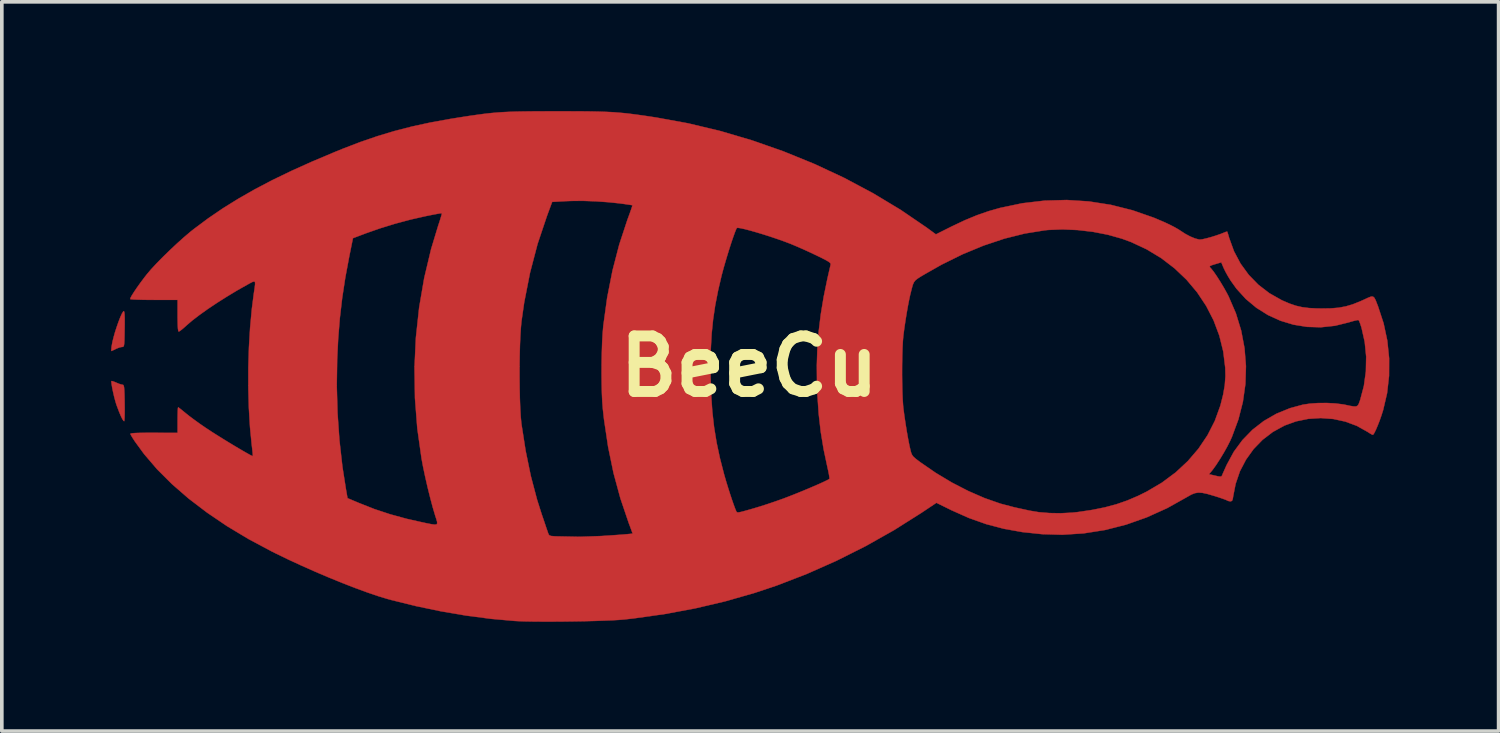
<source format=kicad_pcb>
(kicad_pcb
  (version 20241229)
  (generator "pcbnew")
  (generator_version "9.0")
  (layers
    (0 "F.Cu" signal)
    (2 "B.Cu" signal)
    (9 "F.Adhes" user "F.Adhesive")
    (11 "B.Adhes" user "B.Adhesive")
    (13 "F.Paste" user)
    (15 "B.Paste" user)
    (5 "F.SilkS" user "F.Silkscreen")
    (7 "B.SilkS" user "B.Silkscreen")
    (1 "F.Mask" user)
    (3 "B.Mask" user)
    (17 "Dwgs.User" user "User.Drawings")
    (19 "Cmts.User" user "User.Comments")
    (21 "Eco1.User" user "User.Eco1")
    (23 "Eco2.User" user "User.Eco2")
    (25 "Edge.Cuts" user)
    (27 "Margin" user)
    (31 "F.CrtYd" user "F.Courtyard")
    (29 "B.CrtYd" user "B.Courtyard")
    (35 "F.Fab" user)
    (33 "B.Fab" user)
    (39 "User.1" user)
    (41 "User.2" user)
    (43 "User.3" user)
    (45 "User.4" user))
  (footprint "BeeCu"
    (layer "F.Cu")
    (at 17.514 7.006)
    (property "Reference" "BeeCu" (at 0 0 0) (layer "F.SilkS") (effects (font (size 1.524 1.524) (thickness 0.3))))
    (attr through_hole)
    (fp_poly (pts (xy -17.475 0.407) (xy -17.412 0.43) (xy -17.37 0.448) (xy -17.287 0.482) (xy -17.219 0.502) (xy -17.199 0.505) (xy -17.181 0.51) (xy -17.169 0.53) (xy -17.159 0.572) (xy -17.153 0.644) (xy -17.148 0.753) (xy -17.144 0.907) (xy -17.143 0.999) (xy -17.141 1.16) (xy -17.142 1.3) (xy -17.145 1.411) (xy -17.15 1.483) (xy -17.156 1.506) (xy -17.178 1.49) (xy -17.212 1.434) (xy -17.247 1.363) (xy -17.297 1.243) (xy -17.348 1.108) (xy -17.374 1.036) (xy -17.402 0.941) (xy -17.432 0.827) (xy -17.46 0.705) (xy -17.484 0.589) (xy -17.5 0.491) (xy -17.508 0.425) (xy -17.505 0.403) (xy -17.475 0.407)) (stroke (width 0.01) (type solid)) (fill yes) (layer "F.Cu"))
    (fp_poly (pts (xy -17.153 -1.495) (xy -17.145 -1.43) (xy -17.141 -1.318) (xy -17.141 -1.155) (xy -17.143 -1.024) (xy -17.146 -0.848) (xy -17.149 -0.72) (xy -17.154 -0.632) (xy -17.161 -0.577) (xy -17.172 -0.548) (xy -17.188 -0.536) (xy -17.209 -0.533) (xy -17.214 -0.533) (xy -17.278 -0.521) (xy -17.362 -0.489) (xy -17.387 -0.477) (xy -17.456 -0.443) (xy -17.5 -0.423) (xy -17.507 -0.421) (xy -17.509 -0.446) (xy -17.505 -0.509) (xy -17.499 -0.554) (xy -17.479 -0.666) (xy -17.446 -0.799) (xy -17.405 -0.945) (xy -17.357 -1.092) (xy -17.308 -1.232) (xy -17.26 -1.354) (xy -17.217 -1.448) (xy -17.182 -1.504) (xy -17.166 -1.516) (xy -17.153 -1.495)) (stroke (width 0.01) (type solid)) (fill yes) (layer "F.Cu"))
    (fp_poly (pts (xy -4.912 -7.001) (xy -4.61 -7) (xy -4.348 -6.997) (xy -4.12 -6.992) (xy -3.916 -6.985) (xy -3.73 -6.976) (xy -3.554 -6.962) (xy -3.379 -6.946) (xy -3.199 -6.924) (xy -3.005 -6.898) (xy -2.789 -6.867) (xy -2.554 -6.831) (xy -1.676 -6.671) (xy -0.797 -6.461) (xy 0.076 -6.204) (xy 0.939 -5.902) (xy 1.784 -5.558) (xy 2.607 -5.174) (xy 3.4 -4.752) (xy 4.159 -4.295) (xy 4.876 -3.806) (xy 4.941 -3.758) (xy 5.126 -3.623) (xy 5.559 -3.84) (xy 5.916 -4.009) (xy 6.249 -4.147) (xy 6.574 -4.26) (xy 6.887 -4.349) (xy 7.497 -4.477) (xy 8.109 -4.549) (xy 8.719 -4.566) (xy 9.327 -4.527) (xy 9.929 -4.433) (xy 10.525 -4.283) (xy 11.111 -4.079) (xy 11.404 -3.954) (xy 11.54 -3.89) (xy 11.671 -3.823) (xy 11.78 -3.761) (xy 11.841 -3.721) (xy 11.971 -3.637) (xy 12.108 -3.564) (xy 12.237 -3.511) (xy 12.343 -3.483) (xy 12.374 -3.48) (xy 12.446 -3.489) (xy 12.554 -3.514) (xy 12.683 -3.549) (xy 12.817 -3.591) (xy 12.941 -3.634) (xy 13.019 -3.665) (xy 13.082 -3.69) (xy 13.119 -3.7) (xy 13.121 -3.699) (xy 13.132 -3.67) (xy 13.153 -3.602) (xy 13.176 -3.522) (xy 13.309 -3.156) (xy 13.489 -2.818) (xy 13.713 -2.511) (xy 13.978 -2.239) (xy 14.28 -2.007) (xy 14.616 -1.817) (xy 14.64 -1.806) (xy 14.831 -1.724) (xy 15.006 -1.664) (xy 15.182 -1.624) (xy 15.373 -1.6) (xy 15.596 -1.589) (xy 15.717 -1.588) (xy 15.969 -1.592) (xy 16.183 -1.61) (xy 16.376 -1.646) (xy 16.566 -1.702) (xy 16.769 -1.783) (xy 16.876 -1.831) (xy 16.99 -1.884) (xy 17.068 -1.914) (xy 17.121 -1.916) (xy 17.16 -1.884) (xy 17.197 -1.813) (xy 17.242 -1.697) (xy 17.26 -1.651) (xy 17.414 -1.183) (xy 17.516 -0.705) (xy 17.566 -0.221) (xy 17.564 0.261) (xy 17.51 0.736) (xy 17.402 1.199) (xy 17.399 1.208) (xy 17.353 1.353) (xy 17.302 1.498) (xy 17.249 1.632) (xy 17.2 1.747) (xy 17.158 1.831) (xy 17.127 1.876) (xy 17.118 1.88) (xy 17.084 1.866) (xy 17.02 1.828) (xy 16.969 1.795) (xy 16.679 1.633) (xy 16.364 1.516) (xy 16.032 1.444) (xy 15.689 1.419) (xy 15.346 1.441) (xy 15.01 1.51) (xy 14.693 1.625) (xy 14.376 1.799) (xy 14.092 2.016) (xy 13.845 2.271) (xy 13.637 2.561) (xy 13.471 2.879) (xy 13.353 3.223) (xy 13.287 3.557) (xy 13.273 3.644) (xy 13.254 3.689) (xy 13.223 3.704) (xy 13.207 3.705) (xy 13.146 3.694) (xy 13.12 3.681) (xy 13.084 3.664) (xy 13.005 3.635) (xy 12.895 3.597) (xy 12.765 3.556) (xy 12.75 3.552) (xy 12.576 3.501) (xy 12.441 3.472) (xy 12.332 3.465) (xy 12.237 3.48) (xy 12.141 3.517) (xy 12.032 3.578) (xy 12.021 3.585) (xy 11.474 3.891) (xy 10.914 4.144) (xy 10.344 4.345) (xy 9.766 4.492) (xy 9.183 4.584) (xy 8.597 4.622) (xy 8.04 4.606) (xy 7.498 4.549) (xy 6.991 4.458) (xy 6.505 4.33) (xy 6.029 4.161) (xy 5.551 3.948) (xy 5.511 3.928) (xy 5.14 3.745) (xy 4.724 4.023) (xy 3.978 4.494) (xy 3.199 4.933) (xy 2.396 5.336) (xy 1.58 5.698) (xy 0.761 6.014) (xy 0.151 6.218) (xy -0.66 6.45) (xy -1.477 6.642) (xy -2.313 6.798) (xy -3.181 6.92) (xy -3.424 6.947) (xy -3.565 6.959) (xy -3.753 6.97) (xy -3.98 6.979) (xy -4.238 6.988) (xy -4.517 6.995) (xy -4.809 7) (xy -5.105 7.004) (xy -5.397 7.006) (xy -5.676 7.006) (xy -5.933 7.004) (xy -6.16 7) (xy -6.348 6.993) (xy -6.441 6.988) (xy -7.09 6.93) (xy -7.769 6.841) (xy -8.461 6.723) (xy -9.151 6.579) (xy -9.823 6.413) (xy -9.935 6.382) (xy -10.19 6.305) (xy -10.486 6.204) (xy -10.814 6.084) (xy -11.166 5.947) (xy -11.534 5.797) (xy -11.91 5.637) (xy -12.286 5.47) (xy -12.652 5.301) (xy -13 5.132) (xy -13.107 5.079) (xy -13.74 4.741) (xy -14.333 4.385) (xy -14.882 4.013) (xy -15.387 3.628) (xy -15.844 3.231) (xy -16.253 2.823) (xy -16.609 2.407) (xy -16.863 2.059) (xy -16.92 1.971) (xy -16.964 1.898) (xy -16.985 1.856) (xy -16.986 1.854) (xy -16.972 1.843) (xy -16.922 1.835) (xy -16.83 1.829) (xy -16.694 1.825) (xy -16.509 1.824) (xy -16.342 1.824) (xy -15.689 1.826) (xy -15.689 1.474) (xy -15.688 1.341) (xy -15.685 1.231) (xy -15.681 1.155) (xy -15.675 1.123) (xy -15.675 1.123) (xy -15.649 1.14) (xy -15.59 1.185) (xy -15.509 1.251) (xy -15.457 1.294) (xy -15.361 1.37) (xy -15.231 1.467) (xy -15.083 1.574) (xy -14.929 1.68) (xy -14.861 1.725) (xy -14.733 1.809) (xy -14.587 1.901) (xy -14.43 1.999) (xy -14.269 2.098) (xy -14.111 2.193) (xy -13.964 2.28) (xy -13.835 2.355) (xy -13.731 2.414) (xy -13.659 2.452) (xy -13.626 2.465) (xy -13.625 2.464) (xy -13.625 2.435) (xy -13.631 2.361) (xy -13.642 2.255) (xy -13.655 2.147) (xy -13.702 1.667) (xy -13.733 1.147) (xy -13.748 0.6) (xy -13.748 0.531) (xy -11.32 0.531) (xy -11.299 1.28) (xy -11.247 2.026) (xy -11.165 2.754) (xy -11.068 3.373) (xy -11.025 3.618) (xy -10.714 3.749) (xy -10.283 3.919) (xy -9.853 4.061) (xy -9.404 4.184) (xy -9.037 4.267) (xy -8.857 4.306) (xy -8.725 4.332) (xy -8.637 4.344) (xy -8.585 4.339) (xy -8.564 4.314) (xy -8.566 4.266) (xy -8.587 4.193) (xy -8.62 4.093) (xy -8.62 4.091) (xy -8.687 3.865) (xy -8.757 3.601) (xy -8.828 3.316) (xy -8.894 3.026) (xy -8.952 2.75) (xy -8.994 2.526) (xy -9.11 1.703) (xy -9.174 0.872) (xy -9.182 0.308) (xy -6.303 0.308) (xy -6.3 0.606) (xy -6.294 0.889) (xy -6.284 1.148) (xy -6.271 1.373) (xy -6.254 1.554) (xy -6.25 1.586) (xy -6.135 2.322) (xy -5.993 3.012) (xy -5.822 3.659) (xy -5.696 4.056) (xy -5.644 4.207) (xy -5.597 4.347) (xy -5.558 4.463) (xy -5.53 4.543) (xy -5.522 4.567) (xy -5.504 4.614) (xy -5.48 4.641) (xy -5.435 4.656) (xy -5.355 4.663) (xy -5.293 4.666) (xy -4.651 4.679) (xy -4.07 4.658) (xy -3.85 4.644) (xy -3.652 4.63) (xy -3.482 4.618) (xy -3.346 4.606) (xy -3.252 4.597) (xy -3.204 4.59) (xy -3.2 4.589) (xy -3.209 4.562) (xy -3.234 4.493) (xy -3.271 4.393) (xy -3.309 4.291) (xy -3.535 3.623) (xy -3.723 2.931) (xy -3.872 2.21) (xy -3.985 1.453) (xy -4.017 1.165) (xy -4.032 0.973) (xy -4.043 0.738) (xy -4.049 0.471) (xy -4.052 0.184) (xy -4.05 -0.037) (xy -1.061 -0.037) (xy -1.059 0.281) (xy -1.043 0.779) (xy -1.012 1.237) (xy -0.963 1.67) (xy -0.894 2.093) (xy -0.803 2.52) (xy -0.688 2.966) (xy -0.672 3.022) (xy -0.628 3.174) (xy -0.577 3.339) (xy -0.524 3.505) (xy -0.472 3.662) (xy -0.424 3.8) (xy -0.384 3.908) (xy -0.355 3.977) (xy -0.348 3.99) (xy -0.336 4.003) (xy -0.316 4.009) (xy -0.279 4.007) (xy -0.217 3.994) (xy -0.123 3.969) (xy 0.013 3.931) (xy 0.124 3.899) (xy 0.303 3.845) (xy 0.511 3.778) (xy 0.723 3.706) (xy 0.915 3.638) (xy 0.94 3.629) (xy 1.095 3.57) (xy 1.265 3.503) (xy 1.442 3.431) (xy 1.618 3.358) (xy 1.784 3.287) (xy 1.933 3.222) (xy 2.057 3.165) (xy 2.148 3.121) (xy 2.197 3.093) (xy 2.203 3.087) (xy 2.203 3.052) (xy 2.191 2.975) (xy 2.17 2.868) (xy 2.149 2.774) (xy 2.044 2.279) (xy 1.964 1.794) (xy 1.908 1.303) (xy 1.873 0.788) (xy 1.861 0.463) (xy 1.859 0.221) (xy 4.197 0.221) (xy 4.2 0.471) (xy 4.205 0.706) (xy 4.214 0.915) (xy 4.226 1.085) (xy 4.233 1.151) (xy 4.26 1.359) (xy 4.293 1.579) (xy 4.328 1.797) (xy 4.364 1.999) (xy 4.398 2.172) (xy 4.425 2.29) (xy 4.446 2.37) (xy 4.47 2.428) (xy 4.506 2.478) (xy 4.565 2.531) (xy 4.656 2.601) (xy 4.696 2.631) (xy 5.123 2.925) (xy 5.565 3.19) (xy 6.015 3.422) (xy 6.463 3.617) (xy 6.901 3.77) (xy 7.283 3.87) (xy 7.419 3.9) (xy 7.549 3.928) (xy 7.654 3.951) (xy 7.693 3.96) (xy 7.952 4.003) (xy 8.245 4.027) (xy 8.554 4.032) (xy 8.861 4.016) (xy 9.023 3.999) (xy 9.413 3.941) (xy 9.761 3.871) (xy 10.079 3.786) (xy 10.381 3.681) (xy 10.68 3.553) (xy 10.914 3.437) (xy 11.328 3.193) (xy 11.64 2.961) (xy 12.621 2.961) (xy 12.759 2.993) (xy 12.864 3.017) (xy 12.928 3.026) (xy 12.962 3.019) (xy 12.98 2.996) (xy 12.985 2.982) (xy 13.004 2.935) (xy 13.041 2.853) (xy 13.088 2.748) (xy 13.109 2.702) (xy 13.303 2.344) (xy 13.539 2.024) (xy 13.814 1.741) (xy 14.125 1.5) (xy 14.47 1.301) (xy 14.845 1.148) (xy 15.198 1.052) (xy 15.392 1.023) (xy 15.62 1.007) (xy 15.861 1.006) (xy 16.094 1.018) (xy 16.3 1.044) (xy 16.349 1.053) (xy 16.493 1.084) (xy 16.593 1.1) (xy 16.659 1.1) (xy 16.701 1.079) (xy 16.73 1.034) (xy 16.757 0.962) (xy 16.772 0.919) (xy 16.873 0.538) (xy 16.928 0.138) (xy 16.936 -0.268) (xy 16.896 -0.669) (xy 16.81 -1.053) (xy 16.806 -1.067) (xy 16.775 -1.162) (xy 16.748 -1.235) (xy 16.731 -1.269) (xy 16.698 -1.27) (xy 16.625 -1.255) (xy 16.523 -1.228) (xy 16.46 -1.208) (xy 16.079 -1.114) (xy 15.695 -1.073) (xy 15.314 -1.084) (xy 14.942 -1.144) (xy 14.582 -1.253) (xy 14.241 -1.408) (xy 13.922 -1.608) (xy 13.631 -1.851) (xy 13.373 -2.135) (xy 13.214 -2.358) (xy 13.143 -2.474) (xy 13.076 -2.594) (xy 13.027 -2.694) (xy 13.019 -2.712) (xy 12.959 -2.855) (xy 12.83 -2.817) (xy 12.724 -2.785) (xy 12.664 -2.763) (xy 12.641 -2.744) (xy 12.648 -2.721) (xy 12.677 -2.688) (xy 12.679 -2.687) (xy 12.75 -2.598) (xy 12.837 -2.472) (xy 12.933 -2.321) (xy 13.03 -2.159) (xy 13.12 -1.997) (xy 13.161 -1.917) (xy 13.36 -1.456) (xy 13.505 -0.982) (xy 13.597 -0.498) (xy 13.636 -0.008) (xy 13.621 0.483) (xy 13.552 0.973) (xy 13.429 1.456) (xy 13.253 1.931) (xy 13.204 2.041) (xy 13.126 2.195) (xy 13.03 2.367) (xy 12.925 2.541) (xy 12.821 2.702) (xy 12.727 2.833) (xy 12.692 2.877) (xy 12.621 2.961) (xy 11.64 2.961) (xy 11.704 2.914) (xy 12.04 2.601) (xy 12.334 2.258) (xy 12.582 1.889) (xy 12.782 1.496) (xy 12.932 1.082) (xy 12.937 1.065) (xy 13.01 0.776) (xy 13.055 0.517) (xy 13.073 0.269) (xy 13.068 0.042) (xy 13.013 -0.408) (xy 12.905 -0.844) (xy 12.748 -1.262) (xy 12.544 -1.659) (xy 12.296 -2.032) (xy 12.006 -2.377) (xy 11.677 -2.69) (xy 11.312 -2.97) (xy 10.913 -3.211) (xy 10.484 -3.412) (xy 10.23 -3.505) (xy 9.846 -3.613) (xy 9.435 -3.693) (xy 9.013 -3.742) (xy 8.598 -3.76) (xy 8.205 -3.744) (xy 8.111 -3.734) (xy 7.565 -3.646) (xy 7.005 -3.506) (xy 6.436 -3.316) (xy 5.86 -3.078) (xy 5.283 -2.793) (xy 4.849 -2.547) (xy 4.719 -2.471) (xy 4.628 -2.413) (xy 4.565 -2.364) (xy 4.523 -2.31) (xy 4.492 -2.241) (xy 4.465 -2.144) (xy 4.431 -2.007) (xy 4.423 -1.979) (xy 4.394 -1.846) (xy 4.36 -1.671) (xy 4.324 -1.468) (xy 4.289 -1.252) (xy 4.257 -1.034) (xy 4.232 -0.842) (xy 4.219 -0.694) (xy 4.209 -0.502) (xy 4.202 -0.278) (xy 4.198 -0.033) (xy 4.197 0.221) (xy 1.859 0.221) (xy 1.857 -0.027) (xy 1.872 -0.497) (xy 1.908 -0.959) (xy 1.965 -1.426) (xy 2.045 -1.909) (xy 2.15 -2.421) (xy 2.236 -2.794) (xy 2.235 -2.818) (xy 2.217 -2.844) (xy 2.175 -2.876) (xy 2.102 -2.918) (xy 1.992 -2.975) (xy 1.837 -3.05) (xy 1.833 -3.052) (xy 1.666 -3.131) (xy 1.489 -3.212) (xy 1.32 -3.286) (xy 1.178 -3.346) (xy 1.137 -3.363) (xy 0.961 -3.43) (xy 0.771 -3.497) (xy 0.575 -3.563) (xy 0.38 -3.625) (xy 0.194 -3.681) (xy 0.025 -3.729) (xy -0.121 -3.767) (xy -0.236 -3.792) (xy -0.311 -3.803) (xy -0.338 -3.798) (xy -0.36 -3.758) (xy -0.394 -3.672) (xy -0.438 -3.55) (xy -0.489 -3.4) (xy -0.544 -3.23) (xy -0.599 -3.051) (xy -0.653 -2.87) (xy -0.703 -2.697) (xy -0.745 -2.539) (xy -0.755 -2.503) (xy -0.854 -2.078) (xy -0.932 -1.678) (xy -0.99 -1.287) (xy -1.03 -0.893) (xy -1.053 -0.481) (xy -1.061 -0.037) (xy -4.05 -0.037) (xy -4.05 -0.11) (xy -4.044 -0.399) (xy -4.035 -0.672) (xy -4.021 -0.915) (xy -4.004 -1.117) (xy -4.003 -1.123) (xy -3.898 -1.887) (xy -3.752 -2.629) (xy -3.567 -3.342) (xy -3.344 -4.02) (xy -3.326 -4.068) (xy -3.279 -4.197) (xy -3.241 -4.305) (xy -3.215 -4.383) (xy -3.205 -4.42) (xy -3.206 -4.422) (xy -3.235 -4.428) (xy -3.309 -4.439) (xy -3.416 -4.455) (xy -3.546 -4.472) (xy -3.55 -4.473) (xy -3.867 -4.506) (xy -4.205 -4.53) (xy -4.543 -4.542) (xy -4.861 -4.541) (xy -5.054 -4.534) (xy -5.408 -4.514) (xy -5.55 -4.13) (xy -5.808 -3.361) (xy -6.015 -2.571) (xy -6.175 -1.758) (xy -6.25 -1.235) (xy -6.267 -1.056) (xy -6.281 -0.833) (xy -6.292 -0.575) (xy -6.299 -0.293) (xy -6.303 0.005) (xy -6.303 0.308) (xy -9.182 0.308) (xy -9.187 0.039) (xy -9.148 -0.792) (xy -9.059 -1.615) (xy -8.92 -2.426) (xy -8.731 -3.219) (xy -8.537 -3.86) (xy -8.495 -3.987) (xy -8.462 -4.094) (xy -8.44 -4.17) (xy -8.433 -4.204) (xy -8.433 -4.204) (xy -8.462 -4.202) (xy -8.537 -4.19) (xy -8.647 -4.17) (xy -8.783 -4.143) (xy -8.872 -4.125) (xy -9.288 -4.031) (xy -9.715 -3.917) (xy -10.131 -3.789) (xy -10.511 -3.656) (xy -10.876 -3.518) (xy -10.978 -3.014) (xy -11.086 -2.436) (xy -11.171 -1.879) (xy -11.236 -1.322) (xy -11.282 -0.748) (xy -11.309 -0.203) (xy -11.32 0.531) (xy -13.748 0.531) (xy -13.748 0.041) (xy -13.731 -0.518) (xy -13.699 -1.062) (xy -13.651 -1.579) (xy -13.597 -2) (xy -13.574 -2.151) (xy -13.562 -2.253) (xy -13.564 -2.311) (xy -13.586 -2.331) (xy -13.631 -2.319) (xy -13.704 -2.282) (xy -13.774 -2.243) (xy -14.054 -2.085) (xy -14.334 -1.916) (xy -14.606 -1.744) (xy -14.862 -1.573) (xy -15.091 -1.409) (xy -15.288 -1.258) (xy -15.442 -1.126) (xy -15.448 -1.12) (xy -15.532 -1.045) (xy -15.603 -0.988) (xy -15.649 -0.957) (xy -15.658 -0.954) (xy -15.671 -0.976) (xy -15.681 -1.045) (xy -15.686 -1.163) (xy -15.689 -1.332) (xy -15.689 -1.389) (xy -15.689 -1.824) (xy -16.333 -1.824) (xy -16.517 -1.825) (xy -16.682 -1.828) (xy -16.82 -1.832) (xy -16.922 -1.837) (xy -16.98 -1.843) (xy -16.99 -1.846) (xy -16.982 -1.879) (xy -16.944 -1.949) (xy -16.882 -2.047) (xy -16.801 -2.166) (xy -16.707 -2.298) (xy -16.605 -2.434) (xy -16.536 -2.523) (xy -16.42 -2.66) (xy -16.269 -2.823) (xy -16.093 -3.002) (xy -15.902 -3.188) (xy -15.706 -3.372) (xy -15.513 -3.545) (xy -15.334 -3.697) (xy -15.239 -3.772) (xy -14.853 -4.06) (xy -14.45 -4.335) (xy -14.024 -4.6) (xy -13.571 -4.859) (xy -13.085 -5.114) (xy -12.561 -5.367) (xy -11.994 -5.622) (xy -11.378 -5.882) (xy -11.155 -5.973) (xy -10.67 -6.159) (xy -10.2 -6.32) (xy -9.732 -6.461) (xy -9.253 -6.584) (xy -8.75 -6.693) (xy -8.21 -6.791) (xy -7.943 -6.834) (xy -7.706 -6.871) (xy -7.496 -6.901) (xy -7.306 -6.927) (xy -7.129 -6.948) (xy -6.956 -6.964) (xy -6.78 -6.977) (xy -6.593 -6.986) (xy -6.388 -6.993) (xy -6.157 -6.997) (xy -5.892 -7) (xy -5.586 -7.001) (xy -5.262 -7.001) (xy -4.912 -7.001)) (stroke (width 0.01) (type solid)) (fill yes) (layer "F.Cu"))
    (fp_poly (pts (xy -17.475 0.407) (xy -17.412 0.43) (xy -17.37 0.448) (xy -17.287 0.482) (xy -17.219 0.502) (xy -17.199 0.505) (xy -17.181 0.51) (xy -17.169 0.53) (xy -17.159 0.572) (xy -17.153 0.644) (xy -17.148 0.753) (xy -17.144 0.907) (xy -17.143 0.999) (xy -17.141 1.16) (xy -17.142 1.3) (xy -17.145 1.411) (xy -17.15 1.483) (xy -17.156 1.506) (xy -17.178 1.49) (xy -17.212 1.434) (xy -17.247 1.363) (xy -17.297 1.243) (xy -17.348 1.108) (xy -17.374 1.036) (xy -17.402 0.941) (xy -17.432 0.827) (xy -17.46 0.705) (xy -17.484 0.589) (xy -17.5 0.491) (xy -17.508 0.425) (xy -17.505 0.403) (xy -17.475 0.407)) (stroke (width 0.01) (type solid)) (fill yes) (layer "F.Mask"))
    (fp_poly (pts (xy -17.153 -1.495) (xy -17.145 -1.43) (xy -17.141 -1.318) (xy -17.141 -1.155) (xy -17.143 -1.024) (xy -17.146 -0.848) (xy -17.149 -0.72) (xy -17.154 -0.632) (xy -17.161 -0.577) (xy -17.172 -0.548) (xy -17.188 -0.536) (xy -17.209 -0.533) (xy -17.214 -0.533) (xy -17.278 -0.521) (xy -17.362 -0.489) (xy -17.387 -0.477) (xy -17.456 -0.443) (xy -17.5 -0.423) (xy -17.507 -0.421) (xy -17.509 -0.446) (xy -17.505 -0.509) (xy -17.499 -0.554) (xy -17.479 -0.666) (xy -17.446 -0.799) (xy -17.405 -0.945) (xy -17.357 -1.092) (xy -17.308 -1.232) (xy -17.26 -1.354) (xy -17.217 -1.448) (xy -17.182 -1.504) (xy -17.166 -1.516) (xy -17.153 -1.495)) (stroke (width 0.01) (type solid)) (fill yes) (layer "F.Mask"))
    (fp_poly (pts (xy -4.912 -7.001) (xy -4.61 -7) (xy -4.348 -6.997) (xy -4.12 -6.992) (xy -3.916 -6.985) (xy -3.73 -6.976) (xy -3.554 -6.962) (xy -3.379 -6.946) (xy -3.199 -6.924) (xy -3.005 -6.898) (xy -2.789 -6.867) (xy -2.554 -6.831) (xy -1.676 -6.671) (xy -0.797 -6.461) (xy 0.076 -6.204) (xy 0.939 -5.902) (xy 1.784 -5.558) (xy 2.607 -5.174) (xy 3.4 -4.752) (xy 4.159 -4.295) (xy 4.876 -3.806) (xy 4.941 -3.758) (xy 5.126 -3.623) (xy 5.559 -3.84) (xy 5.916 -4.009) (xy 6.249 -4.147) (xy 6.574 -4.26) (xy 6.887 -4.349) (xy 7.497 -4.477) (xy 8.109 -4.549) (xy 8.719 -4.566) (xy 9.327 -4.527) (xy 9.929 -4.433) (xy 10.525 -4.283) (xy 11.111 -4.079) (xy 11.404 -3.954) (xy 11.54 -3.89) (xy 11.671 -3.823) (xy 11.78 -3.761) (xy 11.841 -3.721) (xy 11.971 -3.637) (xy 12.108 -3.564) (xy 12.237 -3.511) (xy 12.343 -3.483) (xy 12.374 -3.48) (xy 12.446 -3.489) (xy 12.554 -3.514) (xy 12.683 -3.549) (xy 12.817 -3.591) (xy 12.941 -3.634) (xy 13.019 -3.665) (xy 13.082 -3.69) (xy 13.119 -3.7) (xy 13.121 -3.699) (xy 13.132 -3.67) (xy 13.153 -3.602) (xy 13.176 -3.522) (xy 13.309 -3.156) (xy 13.489 -2.818) (xy 13.713 -2.511) (xy 13.978 -2.239) (xy 14.28 -2.007) (xy 14.616 -1.817) (xy 14.64 -1.806) (xy 14.831 -1.724) (xy 15.006 -1.664) (xy 15.182 -1.624) (xy 15.373 -1.6) (xy 15.596 -1.589) (xy 15.717 -1.588) (xy 15.969 -1.592) (xy 16.183 -1.61) (xy 16.376 -1.646) (xy 16.566 -1.702) (xy 16.769 -1.783) (xy 16.876 -1.831) (xy 16.99 -1.884) (xy 17.068 -1.914) (xy 17.121 -1.916) (xy 17.16 -1.884) (xy 17.197 -1.813) (xy 17.242 -1.697) (xy 17.26 -1.651) (xy 17.414 -1.183) (xy 17.516 -0.705) (xy 17.566 -0.221) (xy 17.564 0.261) (xy 17.51 0.736) (xy 17.402 1.199) (xy 17.399 1.208) (xy 17.353 1.353) (xy 17.302 1.498) (xy 17.249 1.632) (xy 17.2 1.747) (xy 17.158 1.831) (xy 17.127 1.876) (xy 17.118 1.88) (xy 17.084 1.866) (xy 17.02 1.828) (xy 16.969 1.795) (xy 16.679 1.633) (xy 16.364 1.516) (xy 16.032 1.444) (xy 15.689 1.419) (xy 15.346 1.441) (xy 15.01 1.51) (xy 14.693 1.625) (xy 14.376 1.799) (xy 14.092 2.016) (xy 13.845 2.271) (xy 13.637 2.561) (xy 13.471 2.879) (xy 13.353 3.223) (xy 13.287 3.557) (xy 13.273 3.644) (xy 13.254 3.689) (xy 13.223 3.704) (xy 13.207 3.705) (xy 13.146 3.694) (xy 13.12 3.681) (xy 13.084 3.664) (xy 13.005 3.635) (xy 12.895 3.597) (xy 12.765 3.556) (xy 12.75 3.552) (xy 12.576 3.501) (xy 12.441 3.472) (xy 12.332 3.465) (xy 12.237 3.48) (xy 12.141 3.517) (xy 12.032 3.578) (xy 12.021 3.585) (xy 11.474 3.891) (xy 10.914 4.144) (xy 10.344 4.345) (xy 9.766 4.492) (xy 9.183 4.584) (xy 8.597 4.622) (xy 8.04 4.606) (xy 7.498 4.549) (xy 6.991 4.458) (xy 6.505 4.33) (xy 6.029 4.161) (xy 5.551 3.948) (xy 5.511 3.928) (xy 5.14 3.745) (xy 4.724 4.023) (xy 3.978 4.494) (xy 3.199 4.933) (xy 2.396 5.336) (xy 1.58 5.698) (xy 0.761 6.014) (xy 0.151 6.218) (xy -0.66 6.45) (xy -1.477 6.642) (xy -2.313 6.798) (xy -3.181 6.92) (xy -3.424 6.947) (xy -3.565 6.959) (xy -3.753 6.97) (xy -3.98 6.979) (xy -4.238 6.988) (xy -4.517 6.995) (xy -4.809 7) (xy -5.105 7.004) (xy -5.397 7.006) (xy -5.676 7.006) (xy -5.933 7.004) (xy -6.16 7) (xy -6.348 6.993) (xy -6.441 6.988) (xy -7.09 6.93) (xy -7.769 6.841) (xy -8.461 6.723) (xy -9.151 6.579) (xy -9.823 6.413) (xy -9.935 6.382) (xy -10.19 6.305) (xy -10.486 6.204) (xy -10.814 6.084) (xy -11.166 5.947) (xy -11.534 5.797) (xy -11.91 5.637) (xy -12.286 5.47) (xy -12.652 5.301) (xy -13 5.132) (xy -13.107 5.079) (xy -13.74 4.741) (xy -14.333 4.385) (xy -14.882 4.013) (xy -15.387 3.628) (xy -15.844 3.231) (xy -16.253 2.823) (xy -16.609 2.407) (xy -16.863 2.059) (xy -16.92 1.971) (xy -16.964 1.898) (xy -16.985 1.856) (xy -16.986 1.854) (xy -16.972 1.843) (xy -16.922 1.835) (xy -16.83 1.829) (xy -16.694 1.825) (xy -16.509 1.824) (xy -16.342 1.824) (xy -15.689 1.826) (xy -15.689 1.474) (xy -15.688 1.341) (xy -15.685 1.231) (xy -15.681 1.155) (xy -15.675 1.123) (xy -15.675 1.123) (xy -15.649 1.14) (xy -15.59 1.185) (xy -15.509 1.251) (xy -15.457 1.294) (xy -15.361 1.37) (xy -15.231 1.467) (xy -15.083 1.574) (xy -14.929 1.68) (xy -14.861 1.725) (xy -14.733 1.809) (xy -14.587 1.901) (xy -14.43 1.999) (xy -14.269 2.098) (xy -14.111 2.193) (xy -13.964 2.28) (xy -13.835 2.355) (xy -13.731 2.414) (xy -13.659 2.452) (xy -13.626 2.465) (xy -13.625 2.464) (xy -13.625 2.435) (xy -13.631 2.361) (xy -13.642 2.255) (xy -13.655 2.147) (xy -13.702 1.667) (xy -13.733 1.147) (xy -13.748 0.6) (xy -13.748 0.531) (xy -11.32 0.531) (xy -11.299 1.28) (xy -11.247 2.026) (xy -11.165 2.754) (xy -11.068 3.373) (xy -11.025 3.618) (xy -10.714 3.749) (xy -10.283 3.919) (xy -9.853 4.061) (xy -9.404 4.184) (xy -9.037 4.267) (xy -8.857 4.306) (xy -8.725 4.332) (xy -8.637 4.344) (xy -8.585 4.339) (xy -8.564 4.314) (xy -8.566 4.266) (xy -8.587 4.193) (xy -8.62 4.093) (xy -8.62 4.091) (xy -8.687 3.865) (xy -8.757 3.601) (xy -8.828 3.316) (xy -8.894 3.026) (xy -8.952 2.75) (xy -8.994 2.526) (xy -9.11 1.703) (xy -9.174 0.872) (xy -9.182 0.308) (xy -6.303 0.308) (xy -6.3 0.606) (xy -6.294 0.889) (xy -6.284 1.148) (xy -6.271 1.373) (xy -6.254 1.554) (xy -6.25 1.586) (xy -6.135 2.322) (xy -5.993 3.012) (xy -5.822 3.659) (xy -5.696 4.056) (xy -5.644 4.207) (xy -5.597 4.347) (xy -5.558 4.463) (xy -5.53 4.543) (xy -5.522 4.567) (xy -5.504 4.614) (xy -5.48 4.641) (xy -5.435 4.656) (xy -5.355 4.663) (xy -5.293 4.666) (xy -4.651 4.679) (xy -4.07 4.658) (xy -3.85 4.644) (xy -3.652 4.63) (xy -3.482 4.618) (xy -3.346 4.606) (xy -3.252 4.597) (xy -3.204 4.59) (xy -3.2 4.589) (xy -3.209 4.562) (xy -3.234 4.493) (xy -3.271 4.393) (xy -3.309 4.291) (xy -3.535 3.623) (xy -3.723 2.931) (xy -3.872 2.21) (xy -3.985 1.453) (xy -4.017 1.165) (xy -4.032 0.973) (xy -4.043 0.738) (xy -4.049 0.471) (xy -4.052 0.184) (xy -4.05 -0.037) (xy -1.061 -0.037) (xy -1.059 0.281) (xy -1.043 0.779) (xy -1.012 1.237) (xy -0.963 1.67) (xy -0.894 2.093) (xy -0.803 2.52) (xy -0.688 2.966) (xy -0.672 3.022) (xy -0.628 3.174) (xy -0.577 3.339) (xy -0.524 3.505) (xy -0.472 3.662) (xy -0.424 3.8) (xy -0.384 3.908) (xy -0.355 3.977) (xy -0.348 3.99) (xy -0.336 4.003) (xy -0.316 4.009) (xy -0.279 4.007) (xy -0.217 3.994) (xy -0.123 3.969) (xy 0.013 3.931) (xy 0.124 3.899) (xy 0.303 3.845) (xy 0.511 3.778) (xy 0.723 3.706) (xy 0.915 3.638) (xy 0.94 3.629) (xy 1.095 3.57) (xy 1.265 3.503) (xy 1.442 3.431) (xy 1.618 3.358) (xy 1.784 3.287) (xy 1.933 3.222) (xy 2.057 3.165) (xy 2.148 3.121) (xy 2.197 3.093) (xy 2.203 3.087) (xy 2.203 3.052) (xy 2.191 2.975) (xy 2.17 2.868) (xy 2.149 2.774) (xy 2.044 2.279) (xy 1.964 1.794) (xy 1.908 1.303) (xy 1.873 0.788) (xy 1.861 0.463) (xy 1.859 0.221) (xy 4.197 0.221) (xy 4.2 0.471) (xy 4.205 0.706) (xy 4.214 0.915) (xy 4.226 1.085) (xy 4.233 1.151) (xy 4.26 1.359) (xy 4.293 1.579) (xy 4.328 1.797) (xy 4.364 1.999) (xy 4.398 2.172) (xy 4.425 2.29) (xy 4.446 2.37) (xy 4.47 2.428) (xy 4.506 2.478) (xy 4.565 2.531) (xy 4.656 2.601) (xy 4.696 2.631) (xy 5.123 2.925) (xy 5.565 3.19) (xy 6.015 3.422) (xy 6.463 3.617) (xy 6.901 3.77) (xy 7.283 3.87) (xy 7.419 3.9) (xy 7.549 3.928) (xy 7.654 3.951) (xy 7.693 3.96) (xy 7.952 4.003) (xy 8.245 4.027) (xy 8.554 4.032) (xy 8.861 4.016) (xy 9.023 3.999) (xy 9.413 3.941) (xy 9.761 3.871) (xy 10.079 3.786) (xy 10.381 3.681) (xy 10.68 3.553) (xy 10.914 3.437) (xy 11.328 3.193) (xy 11.64 2.961) (xy 12.621 2.961) (xy 12.759 2.993) (xy 12.864 3.017) (xy 12.928 3.026) (xy 12.962 3.019) (xy 12.98 2.996) (xy 12.985 2.982) (xy 13.004 2.935) (xy 13.041 2.853) (xy 13.088 2.748) (xy 13.109 2.702) (xy 13.303 2.344) (xy 13.539 2.024) (xy 13.814 1.741) (xy 14.125 1.5) (xy 14.47 1.301) (xy 14.845 1.148) (xy 15.198 1.052) (xy 15.392 1.023) (xy 15.62 1.007) (xy 15.861 1.006) (xy 16.094 1.018) (xy 16.3 1.044) (xy 16.349 1.053) (xy 16.493 1.084) (xy 16.593 1.1) (xy 16.659 1.1) (xy 16.701 1.079) (xy 16.73 1.034) (xy 16.757 0.962) (xy 16.772 0.919) (xy 16.873 0.538) (xy 16.928 0.138) (xy 16.936 -0.268) (xy 16.896 -0.669) (xy 16.81 -1.053) (xy 16.806 -1.067) (xy 16.775 -1.162) (xy 16.748 -1.235) (xy 16.731 -1.269) (xy 16.698 -1.27) (xy 16.625 -1.255) (xy 16.523 -1.228) (xy 16.46 -1.208) (xy 16.079 -1.114) (xy 15.695 -1.073) (xy 15.314 -1.084) (xy 14.942 -1.144) (xy 14.582 -1.253) (xy 14.241 -1.408) (xy 13.922 -1.608) (xy 13.631 -1.851) (xy 13.373 -2.135) (xy 13.214 -2.358) (xy 13.143 -2.474) (xy 13.076 -2.594) (xy 13.027 -2.694) (xy 13.019 -2.712) (xy 12.959 -2.855) (xy 12.83 -2.817) (xy 12.724 -2.785) (xy 12.664 -2.763) (xy 12.641 -2.744) (xy 12.648 -2.721) (xy 12.677 -2.688) (xy 12.679 -2.687) (xy 12.75 -2.598) (xy 12.837 -2.472) (xy 12.933 -2.321) (xy 13.03 -2.159) (xy 13.12 -1.997) (xy 13.161 -1.917) (xy 13.36 -1.456) (xy 13.505 -0.982) (xy 13.597 -0.498) (xy 13.636 -0.008) (xy 13.621 0.483) (xy 13.552 0.973) (xy 13.429 1.456) (xy 13.253 1.931) (xy 13.204 2.041) (xy 13.126 2.195) (xy 13.03 2.367) (xy 12.925 2.541) (xy 12.821 2.702) (xy 12.727 2.833) (xy 12.692 2.877) (xy 12.621 2.961) (xy 11.64 2.961) (xy 11.704 2.914) (xy 12.04 2.601) (xy 12.334 2.258) (xy 12.582 1.889) (xy 12.782 1.496) (xy 12.932 1.082) (xy 12.937 1.065) (xy 13.01 0.776) (xy 13.055 0.517) (xy 13.073 0.269) (xy 13.068 0.042) (xy 13.013 -0.408) (xy 12.905 -0.844) (xy 12.748 -1.262) (xy 12.544 -1.659) (xy 12.296 -2.032) (xy 12.006 -2.377) (xy 11.677 -2.69) (xy 11.312 -2.97) (xy 10.913 -3.211) (xy 10.484 -3.412) (xy 10.23 -3.505) (xy 9.846 -3.613) (xy 9.435 -3.693) (xy 9.013 -3.742) (xy 8.598 -3.76) (xy 8.205 -3.744) (xy 8.111 -3.734) (xy 7.565 -3.646) (xy 7.005 -3.506) (xy 6.436 -3.316) (xy 5.86 -3.078) (xy 5.283 -2.793) (xy 4.849 -2.547) (xy 4.719 -2.471) (xy 4.628 -2.413) (xy 4.565 -2.364) (xy 4.523 -2.31) (xy 4.492 -2.241) (xy 4.465 -2.144) (xy 4.431 -2.007) (xy 4.423 -1.979) (xy 4.394 -1.846) (xy 4.36 -1.671) (xy 4.324 -1.468) (xy 4.289 -1.252) (xy 4.257 -1.034) (xy 4.232 -0.842) (xy 4.219 -0.694) (xy 4.209 -0.502) (xy 4.202 -0.278) (xy 4.198 -0.033) (xy 4.197 0.221) (xy 1.859 0.221) (xy 1.857 -0.027) (xy 1.872 -0.497) (xy 1.908 -0.959) (xy 1.965 -1.426) (xy 2.045 -1.909) (xy 2.15 -2.421) (xy 2.236 -2.794) (xy 2.235 -2.818) (xy 2.217 -2.844) (xy 2.175 -2.876) (xy 2.102 -2.918) (xy 1.992 -2.975) (xy 1.837 -3.05) (xy 1.833 -3.052) (xy 1.666 -3.131) (xy 1.489 -3.212) (xy 1.32 -3.286) (xy 1.178 -3.346) (xy 1.137 -3.363) (xy 0.961 -3.43) (xy 0.771 -3.497) (xy 0.575 -3.563) (xy 0.38 -3.625) (xy 0.194 -3.681) (xy 0.025 -3.729) (xy -0.121 -3.767) (xy -0.236 -3.792) (xy -0.311 -3.803) (xy -0.338 -3.798) (xy -0.36 -3.758) (xy -0.394 -3.672) (xy -0.438 -3.55) (xy -0.489 -3.4) (xy -0.544 -3.23) (xy -0.599 -3.051) (xy -0.653 -2.87) (xy -0.703 -2.697) (xy -0.745 -2.539) (xy -0.755 -2.503) (xy -0.854 -2.078) (xy -0.932 -1.678) (xy -0.99 -1.287) (xy -1.03 -0.893) (xy -1.053 -0.481) (xy -1.061 -0.037) (xy -4.05 -0.037) (xy -4.05 -0.11) (xy -4.044 -0.399) (xy -4.035 -0.672) (xy -4.021 -0.915) (xy -4.004 -1.117) (xy -4.003 -1.123) (xy -3.898 -1.887) (xy -3.752 -2.629) (xy -3.567 -3.342) (xy -3.344 -4.02) (xy -3.326 -4.068) (xy -3.279 -4.197) (xy -3.241 -4.305) (xy -3.215 -4.383) (xy -3.205 -4.42) (xy -3.206 -4.422) (xy -3.235 -4.428) (xy -3.309 -4.439) (xy -3.416 -4.455) (xy -3.546 -4.472) (xy -3.55 -4.473) (xy -3.867 -4.506) (xy -4.205 -4.53) (xy -4.543 -4.542) (xy -4.861 -4.541) (xy -5.054 -4.534) (xy -5.408 -4.514) (xy -5.55 -4.13) (xy -5.808 -3.361) (xy -6.015 -2.571) (xy -6.175 -1.758) (xy -6.25 -1.235) (xy -6.267 -1.056) (xy -6.281 -0.833) (xy -6.292 -0.575) (xy -6.299 -0.293) (xy -6.303 0.005) (xy -6.303 0.308) (xy -9.182 0.308) (xy -9.187 0.039) (xy -9.148 -0.792) (xy -9.059 -1.615) (xy -8.92 -2.426) (xy -8.731 -3.219) (xy -8.537 -3.86) (xy -8.495 -3.987) (xy -8.462 -4.094) (xy -8.44 -4.17) (xy -8.433 -4.204) (xy -8.433 -4.204) (xy -8.462 -4.202) (xy -8.537 -4.19) (xy -8.647 -4.17) (xy -8.783 -4.143) (xy -8.872 -4.125) (xy -9.288 -4.031) (xy -9.715 -3.917) (xy -10.131 -3.789) (xy -10.511 -3.656) (xy -10.876 -3.518) (xy -10.978 -3.014) (xy -11.086 -2.436) (xy -11.171 -1.879) (xy -11.236 -1.322) (xy -11.282 -0.748) (xy -11.309 -0.203) (xy -11.32 0.531) (xy -13.748 0.531) (xy -13.748 0.041) (xy -13.731 -0.518) (xy -13.699 -1.062) (xy -13.651 -1.579) (xy -13.597 -2) (xy -13.574 -2.151) (xy -13.562 -2.253) (xy -13.564 -2.311) (xy -13.586 -2.331) (xy -13.631 -2.319) (xy -13.704 -2.282) (xy -13.774 -2.243) (xy -14.054 -2.085) (xy -14.334 -1.916) (xy -14.606 -1.744) (xy -14.862 -1.573) (xy -15.091 -1.409) (xy -15.288 -1.258) (xy -15.442 -1.126) (xy -15.448 -1.12) (xy -15.532 -1.045) (xy -15.603 -0.988) (xy -15.649 -0.957) (xy -15.658 -0.954) (xy -15.671 -0.976) (xy -15.681 -1.045) (xy -15.686 -1.163) (xy -15.689 -1.332) (xy -15.689 -1.389) (xy -15.689 -1.824) (xy -16.333 -1.824) (xy -16.517 -1.825) (xy -16.682 -1.828) (xy -16.82 -1.832) (xy -16.922 -1.837) (xy -16.98 -1.843) (xy -16.99 -1.846) (xy -16.982 -1.879) (xy -16.944 -1.949) (xy -16.882 -2.047) (xy -16.801 -2.166) (xy -16.707 -2.298) (xy -16.605 -2.434) (xy -16.536 -2.523) (xy -16.42 -2.66) (xy -16.269 -2.823) (xy -16.093 -3.002) (xy -15.902 -3.188) (xy -15.706 -3.372) (xy -15.513 -3.545) (xy -15.334 -3.697) (xy -15.239 -3.772) (xy -14.853 -4.06) (xy -14.45 -4.335) (xy -14.024 -4.6) (xy -13.571 -4.859) (xy -13.085 -5.114) (xy -12.561 -5.367) (xy -11.994 -5.622) (xy -11.378 -5.882) (xy -11.155 -5.973) (xy -10.67 -6.159) (xy -10.2 -6.32) (xy -9.732 -6.461) (xy -9.253 -6.584) (xy -8.75 -6.693) (xy -8.21 -6.791) (xy -7.943 -6.834) (xy -7.706 -6.871) (xy -7.496 -6.901) (xy -7.306 -6.927) (xy -7.129 -6.948) (xy -6.956 -6.964) (xy -6.78 -6.977) (xy -6.593 -6.986) (xy -6.388 -6.993) (xy -6.157 -6.997) (xy -5.892 -7) (xy -5.586 -7.001) (xy -5.262 -7.001) (xy -4.912 -7.001)) (stroke (width 0.01) (type solid)) (fill yes) (layer "F.Mask")))
  (gr_rect
    (start -3 -3)
    (end 38.085 17.017)
    (stroke (width 0.1) (type default))
    (fill no)
    (layer "Edge.Cuts")))
</source>
